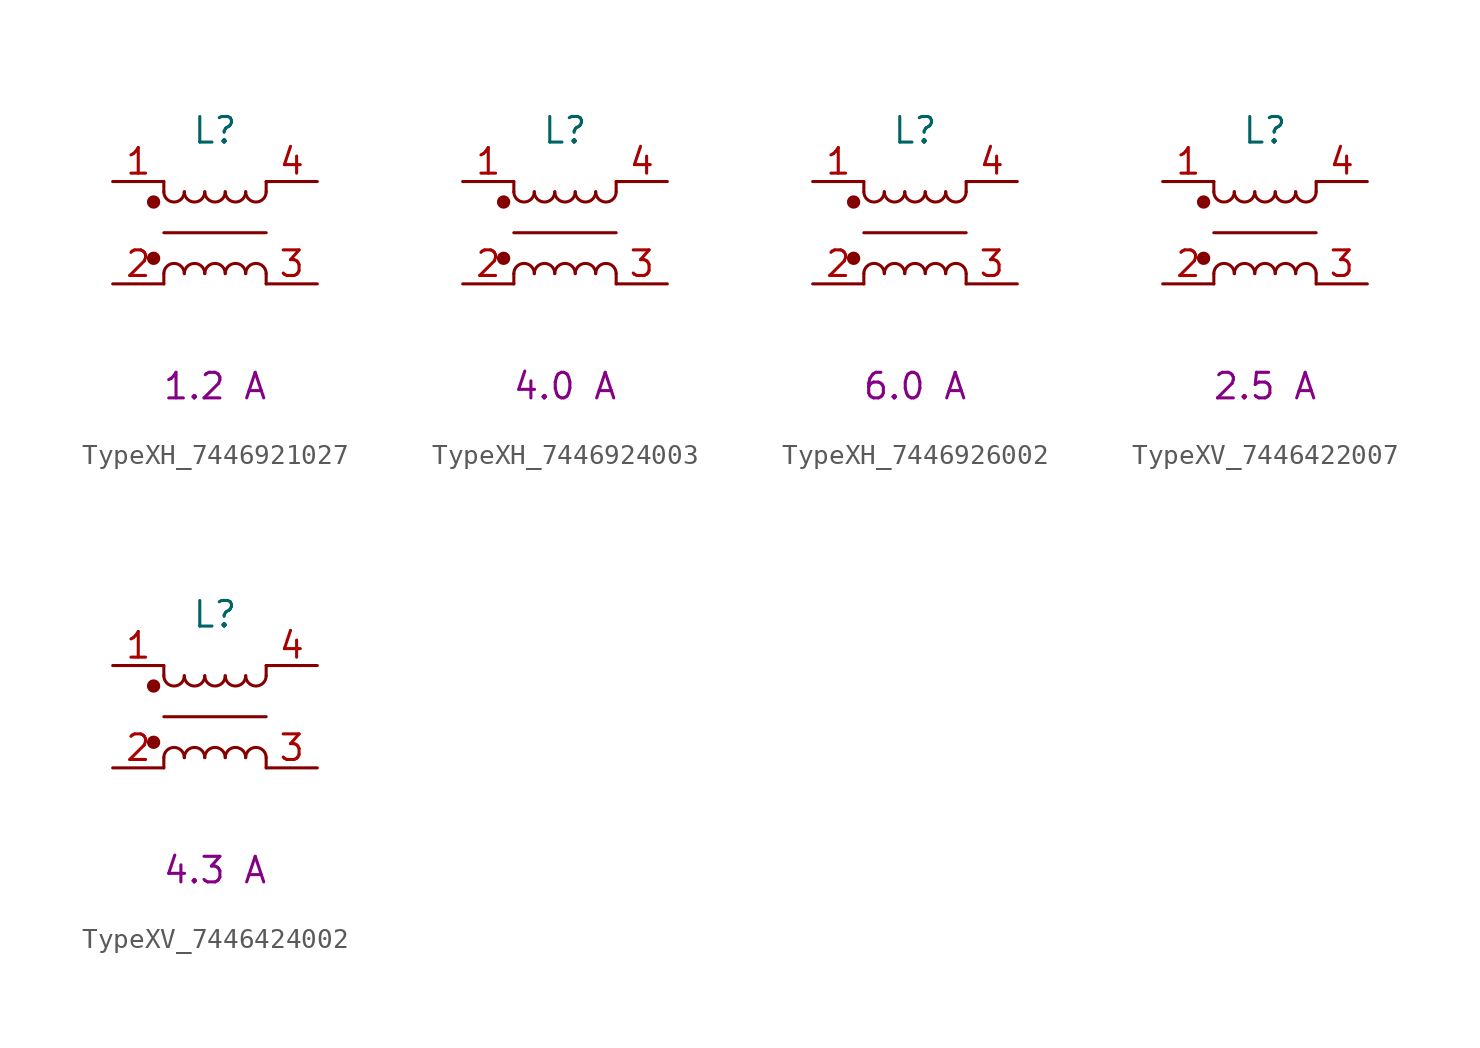
<source format=kicad_sym>
(kicad_symbol_lib
  (version 20220914)
  (generator kicad_symbol_editor)
  (symbol "TypeXH_7446921027"
    (pin_names hide)
    (property "Reference" "L"
      (at 0 5.08 0)
      (effects (font (size 1.27 1.27))))
    (property "Critical Parameter" "1.2 A"
      (at 0 -7.62 0)
      (effects (font (size 1.27 1.27))))
    (symbol "TypeXH_7446921027_0_1"
      (circle (center -3.048 -1.27) (radius 0.254) (stroke (width 0) (type default)) (fill (type outline)))
      (circle (center -3.048 1.524) (radius 0.254) (stroke (width 0) (type default)) (fill (type outline)))
      (arc (start -2.54 2.032) (mid -2.032 1.5262) (end -1.524 2.032) (stroke (width 0) (type default)) (fill (type none)))
      (arc (start -1.524 -2.032) (mid -2.032 -1.5262) (end -2.54 -2.032) (stroke (width 0) (type default)) (fill (type none)))
      (arc (start -1.524 2.032) (mid -1.016 1.5262) (end -0.508 2.032) (stroke (width 0) (type default)) (fill (type none)))
      (arc (start -0.508 -2.032) (mid -1.016 -1.5262) (end -1.524 -2.032) (stroke (width 0) (type default)) (fill (type none)))
      (arc (start -0.508 2.032) (mid 0 1.5262) (end 0.508 2.032) (stroke (width 0) (type default)) (fill (type none)))
      (polyline (pts (xy -2.54 -2.032) (xy -2.54 -2.54)) (stroke (width 0) (type default)) (fill (type none)))
      (polyline (pts (xy -2.54 2.032) (xy -2.54 2.54)) (stroke (width 0) (type default)) (fill (type none)))
      (polyline (pts (xy 2.54 -2.032) (xy 2.54 -2.54)) (stroke (width 0) (type default)) (fill (type none)))
      (polyline (pts (xy 2.54 0) (xy -2.54 0)) (stroke (width 0) (type default)) (fill (type none)))
      (polyline (pts (xy 2.54 2.54) (xy 2.54 2.032)) (stroke (width 0) (type default)) (fill (type none)))
      (arc (start 0.508 -2.032) (mid 0 -1.5262) (end -0.508 -2.032) (stroke (width 0) (type default)) (fill (type none)))
      (arc (start 0.508 2.032) (mid 1.016 1.5262) (end 1.524 2.032) (stroke (width 0) (type default)) (fill (type none)))
      (arc (start 1.524 -2.032) (mid 1.016 -1.5262) (end 0.508 -2.032) (stroke (width 0) (type default)) (fill (type none)))
      (arc (start 1.524 2.032) (mid 2.032 1.5262) (end 2.54 2.032) (stroke (width 0) (type default)) (fill (type none)))
      (arc (start 2.54 -2.032) (mid 2.032 -1.5262) (end 1.524 -2.032) (stroke (width 0) (type default)) (fill (type none))))
    (symbol "TypeXH_7446921027_1_1"
      (pin passive line (at -5.08 2.54 0) (length 2.54) (name "1" (effects (font (size 1.27 1.27)))) (number "1" (effects (font (size 1.27 1.27)))))
      (pin passive line (at -5.08 -2.54 0) (length 2.54) (name "2" (effects (font (size 1.27 1.27)))) (number "2" (effects (font (size 1.27 1.27)))))
      (pin passive line (at 5.08 -2.54 180) (length 2.54) (name "3" (effects (font (size 1.27 1.27)))) (number "3" (effects (font (size 1.27 1.27)))))
      (pin passive line (at 5.08 2.54 180) (length 2.54) (name "4" (effects (font (size 1.27 1.27)))) (number "4" (effects (font (size 1.27 1.27)))))))
  (symbol "TypeXH_7446924003"
    (pin_names hide)
    (property "Reference" "L"
      (at 0 5.08 0)
      (effects (font (size 1.27 1.27))))
    (property "Critical Parameter" "4.0 A"
      (at 0 -7.62 0)
      (effects (font (size 1.27 1.27))))
    (symbol "TypeXH_7446924003_0_1"
      (circle (center -3.048 -1.27) (radius 0.254) (stroke (width 0) (type default)) (fill (type outline)))
      (circle (center -3.048 1.524) (radius 0.254) (stroke (width 0) (type default)) (fill (type outline)))
      (arc (start -2.54 2.032) (mid -2.032 1.5262) (end -1.524 2.032) (stroke (width 0) (type default)) (fill (type none)))
      (arc (start -1.524 -2.032) (mid -2.032 -1.5262) (end -2.54 -2.032) (stroke (width 0) (type default)) (fill (type none)))
      (arc (start -1.524 2.032) (mid -1.016 1.5262) (end -0.508 2.032) (stroke (width 0) (type default)) (fill (type none)))
      (arc (start -0.508 -2.032) (mid -1.016 -1.5262) (end -1.524 -2.032) (stroke (width 0) (type default)) (fill (type none)))
      (arc (start -0.508 2.032) (mid 0 1.5262) (end 0.508 2.032) (stroke (width 0) (type default)) (fill (type none)))
      (polyline (pts (xy -2.54 -2.032) (xy -2.54 -2.54)) (stroke (width 0) (type default)) (fill (type none)))
      (polyline (pts (xy -2.54 2.032) (xy -2.54 2.54)) (stroke (width 0) (type default)) (fill (type none)))
      (polyline (pts (xy 2.54 -2.032) (xy 2.54 -2.54)) (stroke (width 0) (type default)) (fill (type none)))
      (polyline (pts (xy 2.54 0) (xy -2.54 0)) (stroke (width 0) (type default)) (fill (type none)))
      (polyline (pts (xy 2.54 2.54) (xy 2.54 2.032)) (stroke (width 0) (type default)) (fill (type none)))
      (arc (start 0.508 -2.032) (mid 0 -1.5262) (end -0.508 -2.032) (stroke (width 0) (type default)) (fill (type none)))
      (arc (start 0.508 2.032) (mid 1.016 1.5262) (end 1.524 2.032) (stroke (width 0) (type default)) (fill (type none)))
      (arc (start 1.524 -2.032) (mid 1.016 -1.5262) (end 0.508 -2.032) (stroke (width 0) (type default)) (fill (type none)))
      (arc (start 1.524 2.032) (mid 2.032 1.5262) (end 2.54 2.032) (stroke (width 0) (type default)) (fill (type none)))
      (arc (start 2.54 -2.032) (mid 2.032 -1.5262) (end 1.524 -2.032) (stroke (width 0) (type default)) (fill (type none))))
    (symbol "TypeXH_7446924003_1_1"
      (pin passive line (at -5.08 2.54 0) (length 2.54) (name "1" (effects (font (size 1.27 1.27)))) (number "1" (effects (font (size 1.27 1.27)))))
      (pin passive line (at -5.08 -2.54 0) (length 2.54) (name "2" (effects (font (size 1.27 1.27)))) (number "2" (effects (font (size 1.27 1.27)))))
      (pin passive line (at 5.08 -2.54 180) (length 2.54) (name "3" (effects (font (size 1.27 1.27)))) (number "3" (effects (font (size 1.27 1.27)))))
      (pin passive line (at 5.08 2.54 180) (length 2.54) (name "4" (effects (font (size 1.27 1.27)))) (number "4" (effects (font (size 1.27 1.27)))))))
  (symbol "TypeXH_7446926002"
    (pin_names hide)
    (property "Reference" "L"
      (at 0 5.08 0)
      (effects (font (size 1.27 1.27))))
    (property "Critical Parameter" "6.0 A"
      (at 0 -7.62 0)
      (effects (font (size 1.27 1.27))))
    (symbol "TypeXH_7446926002_0_1"
      (circle (center -3.048 -1.27) (radius 0.254) (stroke (width 0) (type default)) (fill (type outline)))
      (circle (center -3.048 1.524) (radius 0.254) (stroke (width 0) (type default)) (fill (type outline)))
      (arc (start -2.54 2.032) (mid -2.032 1.5262) (end -1.524 2.032) (stroke (width 0) (type default)) (fill (type none)))
      (arc (start -1.524 -2.032) (mid -2.032 -1.5262) (end -2.54 -2.032) (stroke (width 0) (type default)) (fill (type none)))
      (arc (start -1.524 2.032) (mid -1.016 1.5262) (end -0.508 2.032) (stroke (width 0) (type default)) (fill (type none)))
      (arc (start -0.508 -2.032) (mid -1.016 -1.5262) (end -1.524 -2.032) (stroke (width 0) (type default)) (fill (type none)))
      (arc (start -0.508 2.032) (mid 0 1.5262) (end 0.508 2.032) (stroke (width 0) (type default)) (fill (type none)))
      (polyline (pts (xy -2.54 -2.032) (xy -2.54 -2.54)) (stroke (width 0) (type default)) (fill (type none)))
      (polyline (pts (xy -2.54 2.032) (xy -2.54 2.54)) (stroke (width 0) (type default)) (fill (type none)))
      (polyline (pts (xy 2.54 -2.032) (xy 2.54 -2.54)) (stroke (width 0) (type default)) (fill (type none)))
      (polyline (pts (xy 2.54 0) (xy -2.54 0)) (stroke (width 0) (type default)) (fill (type none)))
      (polyline (pts (xy 2.54 2.54) (xy 2.54 2.032)) (stroke (width 0) (type default)) (fill (type none)))
      (arc (start 0.508 -2.032) (mid 0 -1.5262) (end -0.508 -2.032) (stroke (width 0) (type default)) (fill (type none)))
      (arc (start 0.508 2.032) (mid 1.016 1.5262) (end 1.524 2.032) (stroke (width 0) (type default)) (fill (type none)))
      (arc (start 1.524 -2.032) (mid 1.016 -1.5262) (end 0.508 -2.032) (stroke (width 0) (type default)) (fill (type none)))
      (arc (start 1.524 2.032) (mid 2.032 1.5262) (end 2.54 2.032) (stroke (width 0) (type default)) (fill (type none)))
      (arc (start 2.54 -2.032) (mid 2.032 -1.5262) (end 1.524 -2.032) (stroke (width 0) (type default)) (fill (type none))))
    (symbol "TypeXH_7446926002_1_1"
      (pin passive line (at -5.08 2.54 0) (length 2.54) (name "1" (effects (font (size 1.27 1.27)))) (number "1" (effects (font (size 1.27 1.27)))))
      (pin passive line (at -5.08 -2.54 0) (length 2.54) (name "2" (effects (font (size 1.27 1.27)))) (number "2" (effects (font (size 1.27 1.27)))))
      (pin passive line (at 5.08 -2.54 180) (length 2.54) (name "3" (effects (font (size 1.27 1.27)))) (number "3" (effects (font (size 1.27 1.27)))))
      (pin passive line (at 5.08 2.54 180) (length 2.54) (name "4" (effects (font (size 1.27 1.27)))) (number "4" (effects (font (size 1.27 1.27)))))))
  (symbol "TypeXV_7446422007"
    (pin_names hide)
    (property "Reference" "L"
      (at 0 5.08 0)
      (effects (font (size 1.27 1.27))))
    (property "Critical Parameter" "2.5 A"
      (at 0 -7.62 0)
      (effects (font (size 1.27 1.27))))
    (symbol "TypeXV_7446422007_0_1"
      (circle (center -3.048 -1.27) (radius 0.254) (stroke (width 0) (type default)) (fill (type outline)))
      (circle (center -3.048 1.524) (radius 0.254) (stroke (width 0) (type default)) (fill (type outline)))
      (arc (start -2.54 2.032) (mid -2.032 1.5262) (end -1.524 2.032) (stroke (width 0) (type default)) (fill (type none)))
      (arc (start -1.524 -2.032) (mid -2.032 -1.5262) (end -2.54 -2.032) (stroke (width 0) (type default)) (fill (type none)))
      (arc (start -1.524 2.032) (mid -1.016 1.5262) (end -0.508 2.032) (stroke (width 0) (type default)) (fill (type none)))
      (arc (start -0.508 -2.032) (mid -1.016 -1.5262) (end -1.524 -2.032) (stroke (width 0) (type default)) (fill (type none)))
      (arc (start -0.508 2.032) (mid 0 1.5262) (end 0.508 2.032) (stroke (width 0) (type default)) (fill (type none)))
      (polyline (pts (xy -2.54 -2.032) (xy -2.54 -2.54)) (stroke (width 0) (type default)) (fill (type none)))
      (polyline (pts (xy -2.54 2.032) (xy -2.54 2.54)) (stroke (width 0) (type default)) (fill (type none)))
      (polyline (pts (xy 2.54 -2.032) (xy 2.54 -2.54)) (stroke (width 0) (type default)) (fill (type none)))
      (polyline (pts (xy 2.54 0) (xy -2.54 0)) (stroke (width 0) (type default)) (fill (type none)))
      (polyline (pts (xy 2.54 2.54) (xy 2.54 2.032)) (stroke (width 0) (type default)) (fill (type none)))
      (arc (start 0.508 -2.032) (mid 0 -1.5262) (end -0.508 -2.032) (stroke (width 0) (type default)) (fill (type none)))
      (arc (start 0.508 2.032) (mid 1.016 1.5262) (end 1.524 2.032) (stroke (width 0) (type default)) (fill (type none)))
      (arc (start 1.524 -2.032) (mid 1.016 -1.5262) (end 0.508 -2.032) (stroke (width 0) (type default)) (fill (type none)))
      (arc (start 1.524 2.032) (mid 2.032 1.5262) (end 2.54 2.032) (stroke (width 0) (type default)) (fill (type none)))
      (arc (start 2.54 -2.032) (mid 2.032 -1.5262) (end 1.524 -2.032) (stroke (width 0) (type default)) (fill (type none))))
    (symbol "TypeXV_7446422007_1_1"
      (pin passive line (at -5.08 2.54 0) (length 2.54) (name "1" (effects (font (size 1.27 1.27)))) (number "1" (effects (font (size 1.27 1.27)))))
      (pin passive line (at -5.08 -2.54 0) (length 2.54) (name "2" (effects (font (size 1.27 1.27)))) (number "2" (effects (font (size 1.27 1.27)))))
      (pin passive line (at 5.08 -2.54 180) (length 2.54) (name "3" (effects (font (size 1.27 1.27)))) (number "3" (effects (font (size 1.27 1.27)))))
      (pin passive line (at 5.08 2.54 180) (length 2.54) (name "4" (effects (font (size 1.27 1.27)))) (number "4" (effects (font (size 1.27 1.27)))))))
  (symbol "TypeXV_7446424002"
    (pin_names hide)
    (property "Reference" "L"
      (at 0 5.08 0)
      (effects (font (size 1.27 1.27))))
    (property "Critical Parameter" "4.3 A"
      (at 0 -7.62 0)
      (effects (font (size 1.27 1.27))))
    (symbol "TypeXV_7446424002_0_1"
      (circle (center -3.048 -1.27) (radius 0.254) (stroke (width 0) (type default)) (fill (type outline)))
      (circle (center -3.048 1.524) (radius 0.254) (stroke (width 0) (type default)) (fill (type outline)))
      (arc (start -2.54 2.032) (mid -2.032 1.5262) (end -1.524 2.032) (stroke (width 0) (type default)) (fill (type none)))
      (arc (start -1.524 -2.032) (mid -2.032 -1.5262) (end -2.54 -2.032) (stroke (width 0) (type default)) (fill (type none)))
      (arc (start -1.524 2.032) (mid -1.016 1.5262) (end -0.508 2.032) (stroke (width 0) (type default)) (fill (type none)))
      (arc (start -0.508 -2.032) (mid -1.016 -1.5262) (end -1.524 -2.032) (stroke (width 0) (type default)) (fill (type none)))
      (arc (start -0.508 2.032) (mid 0 1.5262) (end 0.508 2.032) (stroke (width 0) (type default)) (fill (type none)))
      (polyline (pts (xy -2.54 -2.032) (xy -2.54 -2.54)) (stroke (width 0) (type default)) (fill (type none)))
      (polyline (pts (xy -2.54 2.032) (xy -2.54 2.54)) (stroke (width 0) (type default)) (fill (type none)))
      (polyline (pts (xy 2.54 -2.032) (xy 2.54 -2.54)) (stroke (width 0) (type default)) (fill (type none)))
      (polyline (pts (xy 2.54 0) (xy -2.54 0)) (stroke (width 0) (type default)) (fill (type none)))
      (polyline (pts (xy 2.54 2.54) (xy 2.54 2.032)) (stroke (width 0) (type default)) (fill (type none)))
      (arc (start 0.508 -2.032) (mid 0 -1.5262) (end -0.508 -2.032) (stroke (width 0) (type default)) (fill (type none)))
      (arc (start 0.508 2.032) (mid 1.016 1.5262) (end 1.524 2.032) (stroke (width 0) (type default)) (fill (type none)))
      (arc (start 1.524 -2.032) (mid 1.016 -1.5262) (end 0.508 -2.032) (stroke (width 0) (type default)) (fill (type none)))
      (arc (start 1.524 2.032) (mid 2.032 1.5262) (end 2.54 2.032) (stroke (width 0) (type default)) (fill (type none)))
      (arc (start 2.54 -2.032) (mid 2.032 -1.5262) (end 1.524 -2.032) (stroke (width 0) (type default)) (fill (type none))))
    (symbol "TypeXV_7446424002_1_1"
      (pin passive line (at -5.08 2.54 0) (length 2.54) (name "1" (effects (font (size 1.27 1.27)))) (number "1" (effects (font (size 1.27 1.27)))))
      (pin passive line (at -5.08 -2.54 0) (length 2.54) (name "2" (effects (font (size 1.27 1.27)))) (number "2" (effects (font (size 1.27 1.27)))))
      (pin passive line (at 5.08 -2.54 180) (length 2.54) (name "3" (effects (font (size 1.27 1.27)))) (number "3" (effects (font (size 1.27 1.27)))))
      (pin passive line (at 5.08 2.54 180) (length 2.54) (name "4" (effects (font (size 1.27 1.27)))) (number "4" (effects (font (size 1.27 1.27))))))))
</source>
